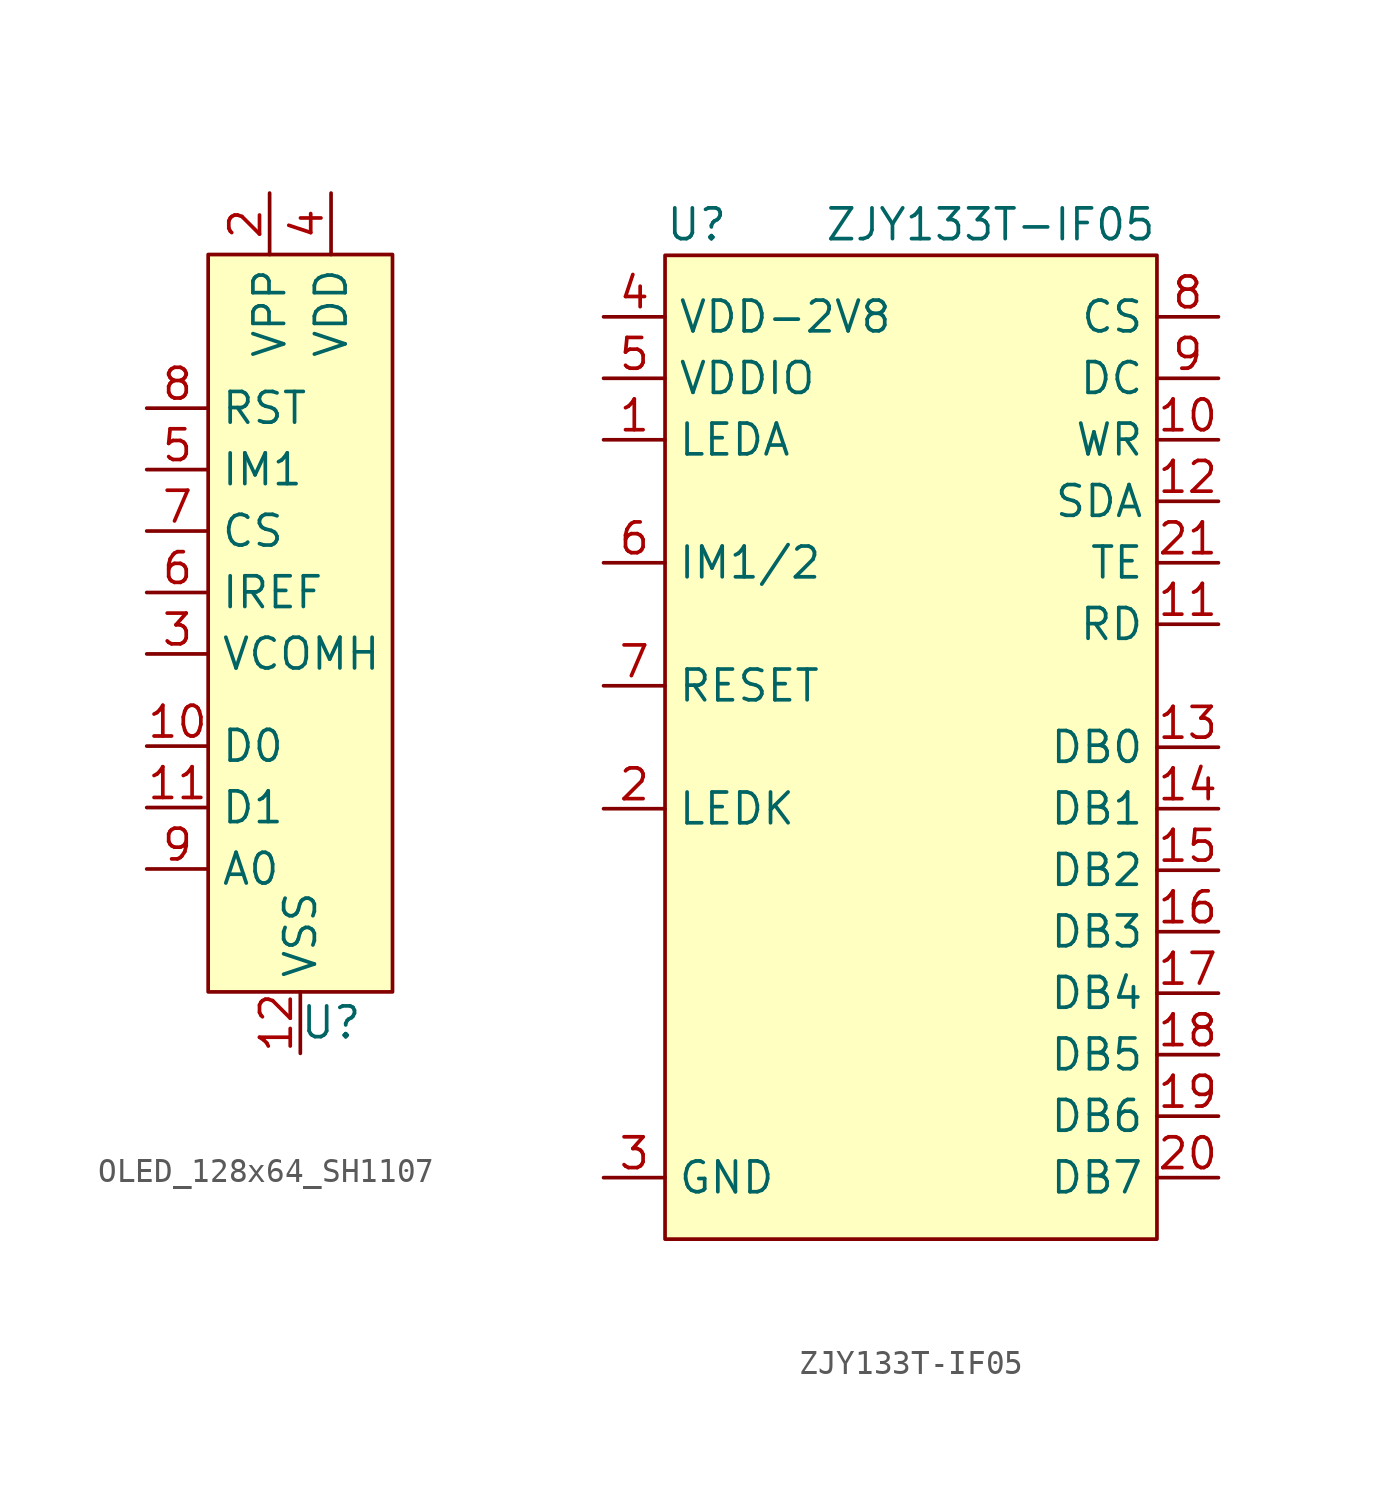
<source format=kicad_sym>
(kicad_symbol_lib
  (version 20220914)
  (generator kicad_symbol_editor)
  (symbol "OLED_128x64_SH1107"
    (property "Reference" "U"
      (at 1.27 -16.51 0)
      (effects (font (size 1.27 1.27))))
    (property "Value" ""
      (at 0 13.97 0)
      (effects (font (size 1.27 1.27))))
    (symbol "OLED_128x64_SH1107_0_0"
      (pin passive line (at 0 -17.78 90) (length 2.54) (name "VSS" (effects (font (size 1.27 1.27)))) (number "12" (effects (font (size 1.27 1.27)))))
      (pin power_in line (at -1.27 17.78 270) (length 2.54) (name "VPP" (effects (font (size 1.27 1.27)))) (number "2" (effects (font (size 1.27 1.27)))))
      (pin output line (at -6.35 -1.27 0) (length 2.54) (name "VCOMH" (effects (font (size 1.27 1.27)))) (number "3" (effects (font (size 1.27 1.27)))))
      (pin power_in line (at 1.27 17.78 270) (length 2.54) (name "VDD" (effects (font (size 1.27 1.27)))) (number "4" (effects (font (size 1.27 1.27)))))
      (pin input line (at -6.35 6.35 0) (length 2.54) (name "IM1" (effects (font (size 1.27 1.27)))) (number "5" (effects (font (size 1.27 1.27)))))
      (pin input line (at -6.35 1.27 0) (length 2.54) (name "IREF" (effects (font (size 1.27 1.27)))) (number "6" (effects (font (size 1.27 1.27)))))
      (pin input line (at -6.35 3.81 0) (length 2.54) (name "CS" (effects (font (size 1.27 1.27)))) (number "7" (effects (font (size 1.27 1.27)))))
      (pin input line (at -6.35 8.89 0) (length 2.54) (name "RST" (effects (font (size 1.27 1.27)))) (number "8" (effects (font (size 1.27 1.27))))))
    (symbol "OLED_128x64_SH1107_1_0"
      (pin no_connect non_logic (at -6.35 -12.7 0) (length 2.54) hide (name "NC" (effects (font (size 1.27 1.27)))) (number "1" (effects (font (size 1.27 1.27)))))
      (pin bidirectional line (at -6.35 -5.08 0) (length 2.54) (name "D0" (effects (font (size 1.27 1.27)))) (number "10" (effects (font (size 1.27 1.27)))) (alternate "SDA" bidirectional line))
      (pin bidirectional line (at -6.35 -7.62 0) (length 2.54) (name "D1" (effects (font (size 1.27 1.27)))) (number "11" (effects (font (size 1.27 1.27)))) (alternate "SCL" input line))
      (pin no_connect non_logic (at -6.35 -12.7 0) (length 2.54) hide (name "NC" (effects (font (size 1.27 1.27)))) (number "13" (effects (font (size 1.27 1.27)))))
      (pin input line (at -6.35 -10.16 0) (length 2.54) (name "A0" (effects (font (size 1.27 1.27)))) (number "9" (effects (font (size 1.27 1.27)))) (alternate "ADDR" input line)))
    (symbol "OLED_128x64_SH1107_1_1"
      (rectangle (start -3.81 15.24) (end 3.81 -15.24) (stroke (width 0) (type default)) (fill (type background)))))
  (symbol "ZJY133T-IF05"
    (property "Reference" "U"
      (at -10.16 1.27 0)
      (do_not_autoplace)
      (effects (font (size 1.27 1.27)) (justify left)))
    (property "Value" "ZJY133T-IF05"
      (at 10.16 1.27 0)
      (do_not_autoplace)
      (effects (font (size 1.27 1.27)) (justify right)))
    (symbol "ZJY133T-IF05_0_0"
      (pin input line (at -12.7 -7.62 0) (length 2.54) (name "LEDA" (effects (font (size 1.27 1.27)))) (number "1" (effects (font (size 1.27 1.27)))))
      (pin input line (at 12.7 -7.62 180) (length 2.54) (name "WR" (effects (font (size 1.27 1.27)))) (number "10" (effects (font (size 1.27 1.27)))))
      (pin output line (at 12.7 -15.24 180) (length 2.54) (name "RD" (effects (font (size 1.27 1.27)))) (number "11" (effects (font (size 1.27 1.27)))))
      (pin bidirectional line (at 12.7 -10.16 180) (length 2.54) (name "SDA" (effects (font (size 1.27 1.27)))) (number "12" (effects (font (size 1.27 1.27)))))
      (pin bidirectional line (at 12.7 -20.32 180) (length 2.54) (name "DB0" (effects (font (size 1.27 1.27)))) (number "13" (effects (font (size 1.27 1.27)))))
      (pin bidirectional line (at 12.7 -22.86 180) (length 2.54) (name "DB1" (effects (font (size 1.27 1.27)))) (number "14" (effects (font (size 1.27 1.27)))))
      (pin bidirectional line (at 12.7 -25.4 180) (length 2.54) (name "DB2" (effects (font (size 1.27 1.27)))) (number "15" (effects (font (size 1.27 1.27)))))
      (pin bidirectional line (at 12.7 -27.94 180) (length 2.54) (name "DB3" (effects (font (size 1.27 1.27)))) (number "16" (effects (font (size 1.27 1.27)))))
      (pin bidirectional line (at 12.7 -30.48 180) (length 2.54) (name "DB4" (effects (font (size 1.27 1.27)))) (number "17" (effects (font (size 1.27 1.27)))))
      (pin bidirectional line (at 12.7 -33.02 180) (length 2.54) (name "DB5" (effects (font (size 1.27 1.27)))) (number "18" (effects (font (size 1.27 1.27)))))
      (pin bidirectional line (at 12.7 -35.56 180) (length 2.54) (name "DB6" (effects (font (size 1.27 1.27)))) (number "19" (effects (font (size 1.27 1.27)))))
      (pin bidirectional line (at 12.7 -38.1 180) (length 2.54) (name "DB7" (effects (font (size 1.27 1.27)))) (number "20" (effects (font (size 1.27 1.27)))))
      (pin input line (at 12.7 -12.7 180) (length 2.54) (name "TE" (effects (font (size 1.27 1.27)))) (number "21" (effects (font (size 1.27 1.27)))))
      (pin passive line (at -12.7 -38.1 0) (length 2.54) (name "GND" (effects (font (size 1.27 1.27)))) (number "3" (effects (font (size 1.27 1.27)))))
      (pin power_in line (at -12.7 -2.54 0) (length 2.54) (name "VDD-2V8" (effects (font (size 1.27 1.27)))) (number "4" (effects (font (size 1.27 1.27)))))
      (pin power_in line (at -12.7 -5.08 0) (length 2.54) (name "VDDIO" (effects (font (size 1.27 1.27)))) (number "5" (effects (font (size 1.27 1.27)))))
      (pin input line (at -12.7 -17.78 0) (length 2.54) (name "RESET" (effects (font (size 1.27 1.27)))) (number "7" (effects (font (size 1.27 1.27)))))
      (pin input line (at 12.7 -2.54 180) (length 2.54) (name "CS" (effects (font (size 1.27 1.27)))) (number "8" (effects (font (size 1.27 1.27))))))
    (symbol "ZJY133T-IF05_1_0"
      (pin passive line (at -12.7 -22.86 0) (length 2.54) (name "LEDK" (effects (font (size 1.27 1.27)))) (number "2" (effects (font (size 1.27 1.27)))))
      (pin no_connect line (at -12.7 -35.56 0) (length 2.54) hide (name "NC" (effects (font (size 1.27 1.27)))) (number "22" (effects (font (size 1.27 1.27)))))
      (pin passive line (at -12.7 -38.1 0) (length 2.54) hide (name "GND" (effects (font (size 1.27 1.27)))) (number "23" (effects (font (size 1.27 1.27)))))
      (pin passive line (at -12.7 -38.1 0) (length 2.54) hide (name "GND" (effects (font (size 1.27 1.27)))) (number "24" (effects (font (size 1.27 1.27)))))
      (pin input line (at -12.7 -12.7 0) (length 2.54) (name "IM1/2" (effects (font (size 1.27 1.27)))) (number "6" (effects (font (size 1.27 1.27)))))
      (pin input line (at 12.7 -5.08 180) (length 2.54) (name "DC" (effects (font (size 1.27 1.27)))) (number "9" (effects (font (size 1.27 1.27))))))
    (symbol "ZJY133T-IF05_1_1"
      (rectangle (start -10.16 0) (end 10.16 -40.64) (stroke (width 0) (type default)) (fill (type background))))))
</source>
